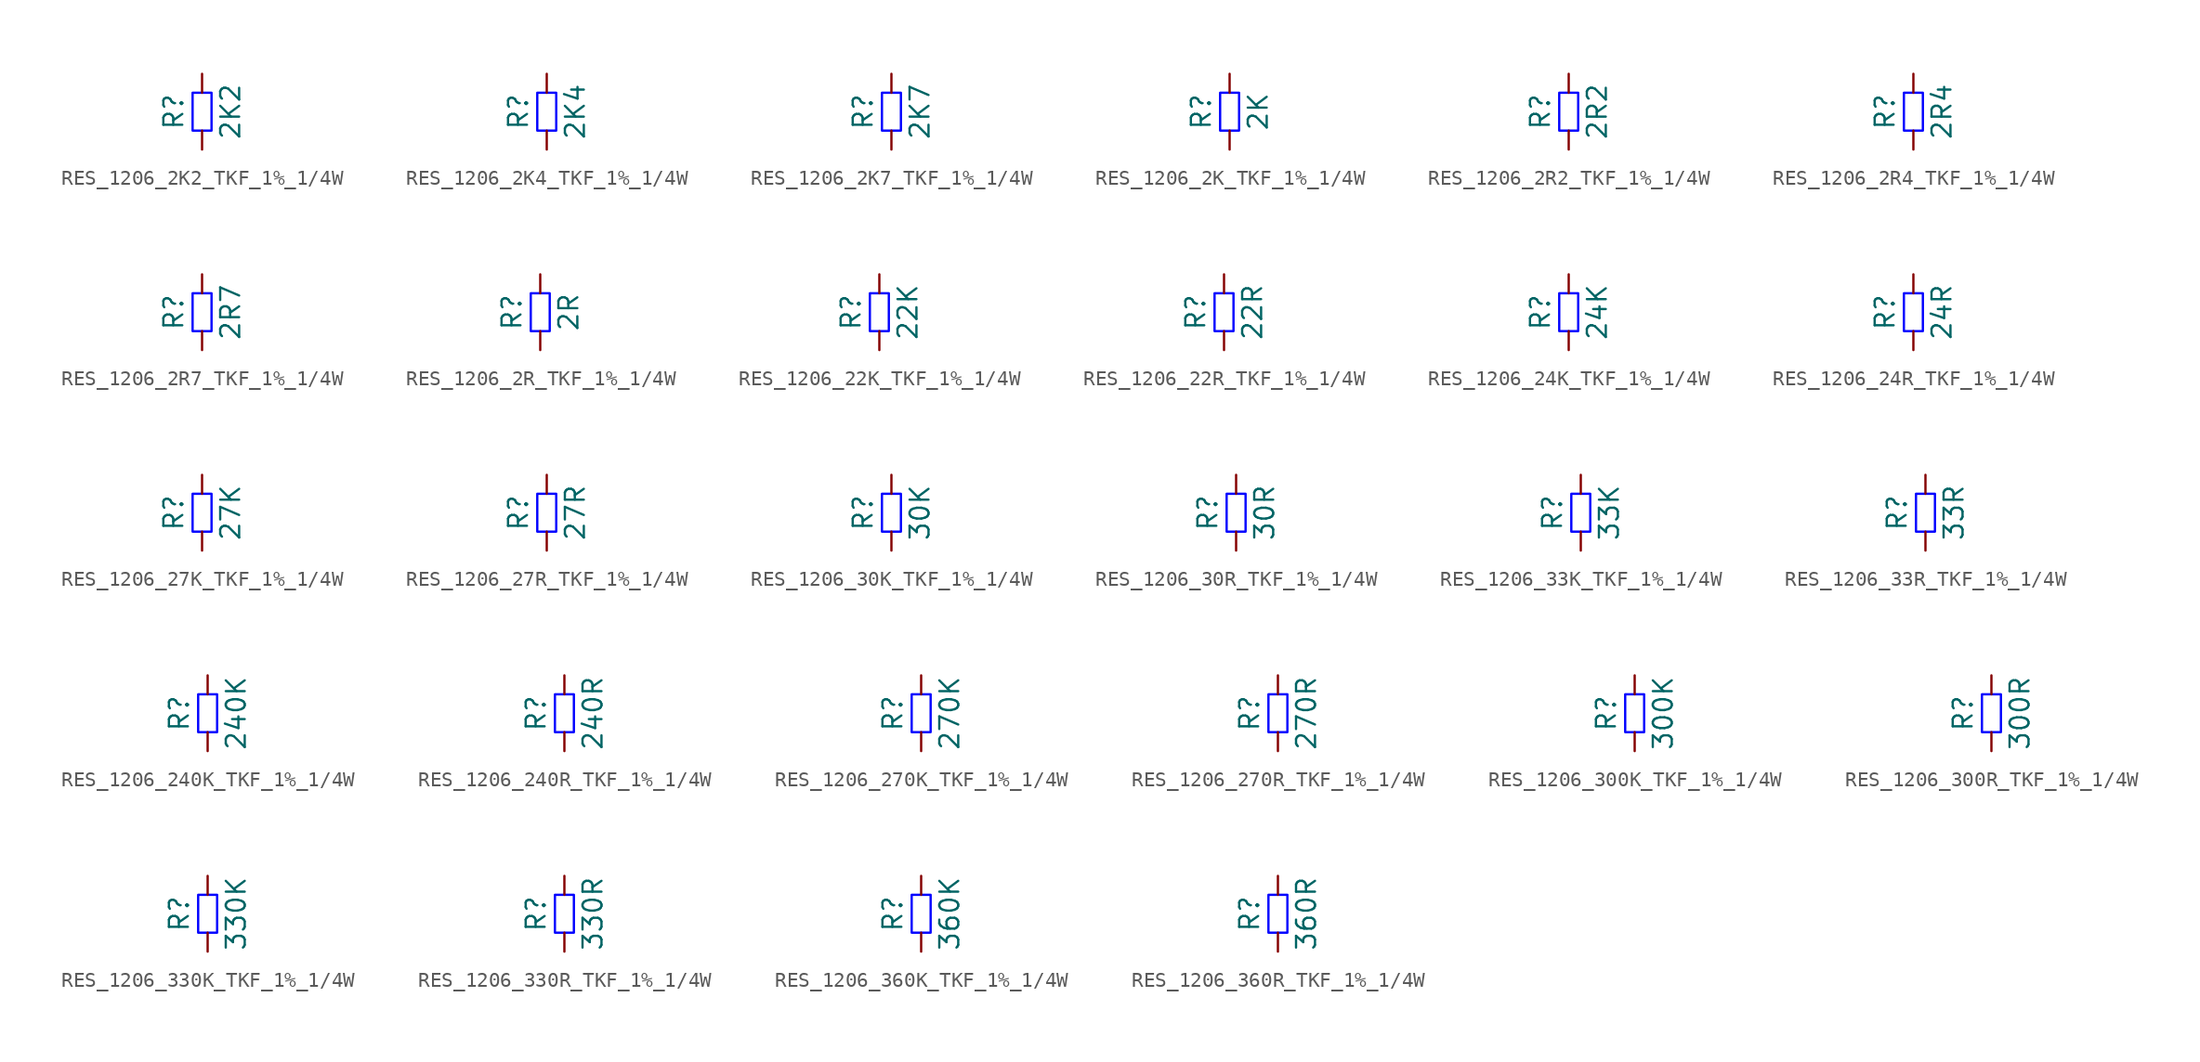
<source format=kicad_sym>
(kicad_symbol_lib
  (version 20220914)
  (generator kicad_symbol_editor)
  (symbol "RES_1206_2K2_TKF_1%_1/4W"
    (pin_numbers hide)
    (pin_names
      (offset 0) hide)
    (property "Reference" "R"
      (at -1.905 0 90)
      (do_not_autoplace)
      (effects (font (size 1.27 1.27))))
    (property "Value" "2K2"
      (at 1.905 0 90)
      (do_not_autoplace)
      (effects (font (size 1.27 1.27))))
    (symbol "RES_1206_2K2_TKF_1%_1/4W_1_1"
      (rectangle (start -0.635 -1.27) (end 0.635 1.27) (stroke (width 0) (type solid) (color 0 0 255 1)) (fill (type none)))
      (pin passive line (at 0 -2.54 90) (length 1.27) (name "~" (effects (font (size 1.27 1.27)))) (number "1" (effects (font (size 1.27 1.27)))))
      (pin passive line (at 0 2.54 270) (length 1.27) (name "~" (effects (font (size 1.27 1.27)))) (number "2" (effects (font (size 1.27 1.27)))))))
  (symbol "RES_1206_2K4_TKF_1%_1/4W"
    (pin_numbers hide)
    (pin_names
      (offset 0) hide)
    (property "Reference" "R"
      (at -1.905 0 90)
      (do_not_autoplace)
      (effects (font (size 1.27 1.27))))
    (property "Value" "2K4"
      (at 1.905 0 90)
      (do_not_autoplace)
      (effects (font (size 1.27 1.27))))
    (symbol "RES_1206_2K4_TKF_1%_1/4W_1_1"
      (rectangle (start -0.635 -1.27) (end 0.635 1.27) (stroke (width 0) (type solid) (color 0 0 255 1)) (fill (type none)))
      (pin passive line (at 0 -2.54 90) (length 1.27) (name "~" (effects (font (size 1.27 1.27)))) (number "1" (effects (font (size 1.27 1.27)))))
      (pin passive line (at 0 2.54 270) (length 1.27) (name "~" (effects (font (size 1.27 1.27)))) (number "2" (effects (font (size 1.27 1.27)))))))
  (symbol "RES_1206_2K7_TKF_1%_1/4W"
    (pin_numbers hide)
    (pin_names
      (offset 0) hide)
    (property "Reference" "R"
      (at -1.905 0 90)
      (do_not_autoplace)
      (effects (font (size 1.27 1.27))))
    (property "Value" "2K7"
      (at 1.905 0 90)
      (do_not_autoplace)
      (effects (font (size 1.27 1.27))))
    (symbol "RES_1206_2K7_TKF_1%_1/4W_1_1"
      (rectangle (start -0.635 -1.27) (end 0.635 1.27) (stroke (width 0) (type solid) (color 0 0 255 1)) (fill (type none)))
      (pin passive line (at 0 -2.54 90) (length 1.27) (name "~" (effects (font (size 1.27 1.27)))) (number "1" (effects (font (size 1.27 1.27)))))
      (pin passive line (at 0 2.54 270) (length 1.27) (name "~" (effects (font (size 1.27 1.27)))) (number "2" (effects (font (size 1.27 1.27)))))))
  (symbol "RES_1206_2K_TKF_1%_1/4W"
    (pin_numbers hide)
    (pin_names
      (offset 0) hide)
    (property "Reference" "R"
      (at -1.905 0 90)
      (do_not_autoplace)
      (effects (font (size 1.27 1.27))))
    (property "Value" "2K"
      (at 1.905 0 90)
      (do_not_autoplace)
      (effects (font (size 1.27 1.27))))
    (symbol "RES_1206_2K_TKF_1%_1/4W_1_1"
      (rectangle (start -0.635 -1.27) (end 0.635 1.27) (stroke (width 0) (type solid) (color 0 0 255 1)) (fill (type none)))
      (pin passive line (at 0 -2.54 90) (length 1.27) (name "~" (effects (font (size 1.27 1.27)))) (number "1" (effects (font (size 1.27 1.27)))))
      (pin passive line (at 0 2.54 270) (length 1.27) (name "~" (effects (font (size 1.27 1.27)))) (number "2" (effects (font (size 1.27 1.27)))))))
  (symbol "RES_1206_2R2_TKF_1%_1/4W"
    (pin_numbers hide)
    (pin_names
      (offset 0) hide)
    (property "Reference" "R"
      (at -1.905 0 90)
      (do_not_autoplace)
      (effects (font (size 1.27 1.27))))
    (property "Value" "2R2"
      (at 1.905 0 90)
      (do_not_autoplace)
      (effects (font (size 1.27 1.27))))
    (symbol "RES_1206_2R2_TKF_1%_1/4W_1_1"
      (rectangle (start -0.635 -1.27) (end 0.635 1.27) (stroke (width 0) (type solid) (color 0 0 255 1)) (fill (type none)))
      (pin passive line (at 0 -2.54 90) (length 1.27) (name "~" (effects (font (size 1.27 1.27)))) (number "1" (effects (font (size 1.27 1.27)))))
      (pin passive line (at 0 2.54 270) (length 1.27) (name "~" (effects (font (size 1.27 1.27)))) (number "2" (effects (font (size 1.27 1.27)))))))
  (symbol "RES_1206_2R4_TKF_1%_1/4W"
    (pin_numbers hide)
    (pin_names
      (offset 0) hide)
    (property "Reference" "R"
      (at -1.905 0 90)
      (do_not_autoplace)
      (effects (font (size 1.27 1.27))))
    (property "Value" "2R4"
      (at 1.905 0 90)
      (do_not_autoplace)
      (effects (font (size 1.27 1.27))))
    (symbol "RES_1206_2R4_TKF_1%_1/4W_1_1"
      (rectangle (start -0.635 -1.27) (end 0.635 1.27) (stroke (width 0) (type solid) (color 0 0 255 1)) (fill (type none)))
      (pin passive line (at 0 -2.54 90) (length 1.27) (name "~" (effects (font (size 1.27 1.27)))) (number "1" (effects (font (size 1.27 1.27)))))
      (pin passive line (at 0 2.54 270) (length 1.27) (name "~" (effects (font (size 1.27 1.27)))) (number "2" (effects (font (size 1.27 1.27)))))))
  (symbol "RES_1206_2R7_TKF_1%_1/4W"
    (pin_numbers hide)
    (pin_names
      (offset 0) hide)
    (property "Reference" "R"
      (at -1.905 0 90)
      (do_not_autoplace)
      (effects (font (size 1.27 1.27))))
    (property "Value" "2R7"
      (at 1.905 0 90)
      (do_not_autoplace)
      (effects (font (size 1.27 1.27))))
    (symbol "RES_1206_2R7_TKF_1%_1/4W_1_1"
      (rectangle (start -0.635 -1.27) (end 0.635 1.27) (stroke (width 0) (type solid) (color 0 0 255 1)) (fill (type none)))
      (pin passive line (at 0 -2.54 90) (length 1.27) (name "~" (effects (font (size 1.27 1.27)))) (number "1" (effects (font (size 1.27 1.27)))))
      (pin passive line (at 0 2.54 270) (length 1.27) (name "~" (effects (font (size 1.27 1.27)))) (number "2" (effects (font (size 1.27 1.27)))))))
  (symbol "RES_1206_2R_TKF_1%_1/4W"
    (pin_numbers hide)
    (pin_names
      (offset 0) hide)
    (property "Reference" "R"
      (at -1.905 0 90)
      (do_not_autoplace)
      (effects (font (size 1.27 1.27))))
    (property "Value" "2R"
      (at 1.905 0 90)
      (do_not_autoplace)
      (effects (font (size 1.27 1.27))))
    (symbol "RES_1206_2R_TKF_1%_1/4W_1_1"
      (rectangle (start -0.635 -1.27) (end 0.635 1.27) (stroke (width 0) (type solid) (color 0 0 255 1)) (fill (type none)))
      (pin passive line (at 0 -2.54 90) (length 1.27) (name "~" (effects (font (size 1.27 1.27)))) (number "1" (effects (font (size 1.27 1.27)))))
      (pin passive line (at 0 2.54 270) (length 1.27) (name "~" (effects (font (size 1.27 1.27)))) (number "2" (effects (font (size 1.27 1.27)))))))
  (symbol "RES_1206_22K_TKF_1%_1/4W"
    (pin_numbers hide)
    (pin_names
      (offset 0) hide)
    (property "Reference" "R"
      (at -1.905 0 90)
      (do_not_autoplace)
      (effects (font (size 1.27 1.27))))
    (property "Value" "22K"
      (at 1.905 0 90)
      (do_not_autoplace)
      (effects (font (size 1.27 1.27))))
    (symbol "RES_1206_22K_TKF_1%_1/4W_1_1"
      (rectangle (start -0.635 -1.27) (end 0.635 1.27) (stroke (width 0) (type solid) (color 0 0 255 1)) (fill (type none)))
      (pin passive line (at 0 -2.54 90) (length 1.27) (name "~" (effects (font (size 1.27 1.27)))) (number "1" (effects (font (size 1.27 1.27)))))
      (pin passive line (at 0 2.54 270) (length 1.27) (name "~" (effects (font (size 1.27 1.27)))) (number "2" (effects (font (size 1.27 1.27)))))))
  (symbol "RES_1206_22R_TKF_1%_1/4W"
    (pin_numbers hide)
    (pin_names
      (offset 0) hide)
    (property "Reference" "R"
      (at -1.905 0 90)
      (do_not_autoplace)
      (effects (font (size 1.27 1.27))))
    (property "Value" "22R"
      (at 1.905 0 90)
      (do_not_autoplace)
      (effects (font (size 1.27 1.27))))
    (symbol "RES_1206_22R_TKF_1%_1/4W_1_1"
      (rectangle (start -0.635 -1.27) (end 0.635 1.27) (stroke (width 0) (type solid) (color 0 0 255 1)) (fill (type none)))
      (pin passive line (at 0 -2.54 90) (length 1.27) (name "~" (effects (font (size 1.27 1.27)))) (number "1" (effects (font (size 1.27 1.27)))))
      (pin passive line (at 0 2.54 270) (length 1.27) (name "~" (effects (font (size 1.27 1.27)))) (number "2" (effects (font (size 1.27 1.27)))))))
  (symbol "RES_1206_24K_TKF_1%_1/4W"
    (pin_numbers hide)
    (pin_names
      (offset 0) hide)
    (property "Reference" "R"
      (at -1.905 0 90)
      (do_not_autoplace)
      (effects (font (size 1.27 1.27))))
    (property "Value" "24K"
      (at 1.905 0 90)
      (do_not_autoplace)
      (effects (font (size 1.27 1.27))))
    (symbol "RES_1206_24K_TKF_1%_1/4W_1_1"
      (rectangle (start -0.635 -1.27) (end 0.635 1.27) (stroke (width 0) (type solid) (color 0 0 255 1)) (fill (type none)))
      (pin passive line (at 0 -2.54 90) (length 1.27) (name "~" (effects (font (size 1.27 1.27)))) (number "1" (effects (font (size 1.27 1.27)))))
      (pin passive line (at 0 2.54 270) (length 1.27) (name "~" (effects (font (size 1.27 1.27)))) (number "2" (effects (font (size 1.27 1.27)))))))
  (symbol "RES_1206_24R_TKF_1%_1/4W"
    (pin_numbers hide)
    (pin_names
      (offset 0) hide)
    (property "Reference" "R"
      (at -1.905 0 90)
      (do_not_autoplace)
      (effects (font (size 1.27 1.27))))
    (property "Value" "24R"
      (at 1.905 0 90)
      (do_not_autoplace)
      (effects (font (size 1.27 1.27))))
    (symbol "RES_1206_24R_TKF_1%_1/4W_1_1"
      (rectangle (start -0.635 -1.27) (end 0.635 1.27) (stroke (width 0) (type solid) (color 0 0 255 1)) (fill (type none)))
      (pin passive line (at 0 -2.54 90) (length 1.27) (name "~" (effects (font (size 1.27 1.27)))) (number "1" (effects (font (size 1.27 1.27)))))
      (pin passive line (at 0 2.54 270) (length 1.27) (name "~" (effects (font (size 1.27 1.27)))) (number "2" (effects (font (size 1.27 1.27)))))))
  (symbol "RES_1206_27K_TKF_1%_1/4W"
    (pin_numbers hide)
    (pin_names
      (offset 0) hide)
    (property "Reference" "R"
      (at -1.905 0 90)
      (do_not_autoplace)
      (effects (font (size 1.27 1.27))))
    (property "Value" "27K"
      (at 1.905 0 90)
      (do_not_autoplace)
      (effects (font (size 1.27 1.27))))
    (symbol "RES_1206_27K_TKF_1%_1/4W_1_1"
      (rectangle (start -0.635 -1.27) (end 0.635 1.27) (stroke (width 0) (type solid) (color 0 0 255 1)) (fill (type none)))
      (pin passive line (at 0 -2.54 90) (length 1.27) (name "~" (effects (font (size 1.27 1.27)))) (number "1" (effects (font (size 1.27 1.27)))))
      (pin passive line (at 0 2.54 270) (length 1.27) (name "~" (effects (font (size 1.27 1.27)))) (number "2" (effects (font (size 1.27 1.27)))))))
  (symbol "RES_1206_27R_TKF_1%_1/4W"
    (pin_numbers hide)
    (pin_names
      (offset 0) hide)
    (property "Reference" "R"
      (at -1.905 0 90)
      (do_not_autoplace)
      (effects (font (size 1.27 1.27))))
    (property "Value" "27R"
      (at 1.905 0 90)
      (do_not_autoplace)
      (effects (font (size 1.27 1.27))))
    (symbol "RES_1206_27R_TKF_1%_1/4W_1_1"
      (rectangle (start -0.635 -1.27) (end 0.635 1.27) (stroke (width 0) (type solid) (color 0 0 255 1)) (fill (type none)))
      (pin passive line (at 0 -2.54 90) (length 1.27) (name "~" (effects (font (size 1.27 1.27)))) (number "1" (effects (font (size 1.27 1.27)))))
      (pin passive line (at 0 2.54 270) (length 1.27) (name "~" (effects (font (size 1.27 1.27)))) (number "2" (effects (font (size 1.27 1.27)))))))
  (symbol "RES_1206_30K_TKF_1%_1/4W"
    (pin_numbers hide)
    (pin_names
      (offset 0) hide)
    (property "Reference" "R"
      (at -1.905 0 90)
      (do_not_autoplace)
      (effects (font (size 1.27 1.27))))
    (property "Value" "30K"
      (at 1.905 0 90)
      (do_not_autoplace)
      (effects (font (size 1.27 1.27))))
    (symbol "RES_1206_30K_TKF_1%_1/4W_1_1"
      (rectangle (start -0.635 -1.27) (end 0.635 1.27) (stroke (width 0) (type solid) (color 0 0 255 1)) (fill (type none)))
      (pin passive line (at 0 -2.54 90) (length 1.27) (name "~" (effects (font (size 1.27 1.27)))) (number "1" (effects (font (size 1.27 1.27)))))
      (pin passive line (at 0 2.54 270) (length 1.27) (name "~" (effects (font (size 1.27 1.27)))) (number "2" (effects (font (size 1.27 1.27)))))))
  (symbol "RES_1206_30R_TKF_1%_1/4W"
    (pin_numbers hide)
    (pin_names
      (offset 0) hide)
    (property "Reference" "R"
      (at -1.905 0 90)
      (do_not_autoplace)
      (effects (font (size 1.27 1.27))))
    (property "Value" "30R"
      (at 1.905 0 90)
      (do_not_autoplace)
      (effects (font (size 1.27 1.27))))
    (symbol "RES_1206_30R_TKF_1%_1/4W_1_1"
      (rectangle (start -0.635 -1.27) (end 0.635 1.27) (stroke (width 0) (type solid) (color 0 0 255 1)) (fill (type none)))
      (pin passive line (at 0 -2.54 90) (length 1.27) (name "~" (effects (font (size 1.27 1.27)))) (number "1" (effects (font (size 1.27 1.27)))))
      (pin passive line (at 0 2.54 270) (length 1.27) (name "~" (effects (font (size 1.27 1.27)))) (number "2" (effects (font (size 1.27 1.27)))))))
  (symbol "RES_1206_33K_TKF_1%_1/4W"
    (pin_numbers hide)
    (pin_names
      (offset 0) hide)
    (property "Reference" "R"
      (at -1.905 0 90)
      (do_not_autoplace)
      (effects (font (size 1.27 1.27))))
    (property "Value" "33K"
      (at 1.905 0 90)
      (do_not_autoplace)
      (effects (font (size 1.27 1.27))))
    (symbol "RES_1206_33K_TKF_1%_1/4W_1_1"
      (rectangle (start -0.635 -1.27) (end 0.635 1.27) (stroke (width 0) (type solid) (color 0 0 255 1)) (fill (type none)))
      (pin passive line (at 0 -2.54 90) (length 1.27) (name "~" (effects (font (size 1.27 1.27)))) (number "1" (effects (font (size 1.27 1.27)))))
      (pin passive line (at 0 2.54 270) (length 1.27) (name "~" (effects (font (size 1.27 1.27)))) (number "2" (effects (font (size 1.27 1.27)))))))
  (symbol "RES_1206_33R_TKF_1%_1/4W"
    (pin_numbers hide)
    (pin_names
      (offset 0) hide)
    (property "Reference" "R"
      (at -1.905 0 90)
      (do_not_autoplace)
      (effects (font (size 1.27 1.27))))
    (property "Value" "33R"
      (at 1.905 0 90)
      (do_not_autoplace)
      (effects (font (size 1.27 1.27))))
    (symbol "RES_1206_33R_TKF_1%_1/4W_1_1"
      (rectangle (start -0.635 -1.27) (end 0.635 1.27) (stroke (width 0) (type solid) (color 0 0 255 1)) (fill (type none)))
      (pin passive line (at 0 -2.54 90) (length 1.27) (name "~" (effects (font (size 1.27 1.27)))) (number "1" (effects (font (size 1.27 1.27)))))
      (pin passive line (at 0 2.54 270) (length 1.27) (name "~" (effects (font (size 1.27 1.27)))) (number "2" (effects (font (size 1.27 1.27)))))))
  (symbol "RES_1206_240K_TKF_1%_1/4W"
    (pin_numbers hide)
    (pin_names
      (offset 0) hide)
    (property "Reference" "R"
      (at -1.905 0 90)
      (do_not_autoplace)
      (effects (font (size 1.27 1.27))))
    (property "Value" "240K"
      (at 1.905 0 90)
      (do_not_autoplace)
      (effects (font (size 1.27 1.27))))
    (symbol "RES_1206_240K_TKF_1%_1/4W_1_1"
      (rectangle (start -0.635 -1.27) (end 0.635 1.27) (stroke (width 0) (type solid) (color 0 0 255 1)) (fill (type none)))
      (pin passive line (at 0 -2.54 90) (length 1.27) (name "~" (effects (font (size 1.27 1.27)))) (number "1" (effects (font (size 1.27 1.27)))))
      (pin passive line (at 0 2.54 270) (length 1.27) (name "~" (effects (font (size 1.27 1.27)))) (number "2" (effects (font (size 1.27 1.27)))))))
  (symbol "RES_1206_240R_TKF_1%_1/4W"
    (pin_numbers hide)
    (pin_names
      (offset 0) hide)
    (property "Reference" "R"
      (at -1.905 0 90)
      (do_not_autoplace)
      (effects (font (size 1.27 1.27))))
    (property "Value" "240R"
      (at 1.905 0 90)
      (do_not_autoplace)
      (effects (font (size 1.27 1.27))))
    (symbol "RES_1206_240R_TKF_1%_1/4W_1_1"
      (rectangle (start -0.635 -1.27) (end 0.635 1.27) (stroke (width 0) (type solid) (color 0 0 255 1)) (fill (type none)))
      (pin passive line (at 0 -2.54 90) (length 1.27) (name "~" (effects (font (size 1.27 1.27)))) (number "1" (effects (font (size 1.27 1.27)))))
      (pin passive line (at 0 2.54 270) (length 1.27) (name "~" (effects (font (size 1.27 1.27)))) (number "2" (effects (font (size 1.27 1.27)))))))
  (symbol "RES_1206_270K_TKF_1%_1/4W"
    (pin_numbers hide)
    (pin_names
      (offset 0) hide)
    (property "Reference" "R"
      (at -1.905 0 90)
      (do_not_autoplace)
      (effects (font (size 1.27 1.27))))
    (property "Value" "270K"
      (at 1.905 0 90)
      (do_not_autoplace)
      (effects (font (size 1.27 1.27))))
    (symbol "RES_1206_270K_TKF_1%_1/4W_1_1"
      (rectangle (start -0.635 -1.27) (end 0.635 1.27) (stroke (width 0) (type solid) (color 0 0 255 1)) (fill (type none)))
      (pin passive line (at 0 -2.54 90) (length 1.27) (name "~" (effects (font (size 1.27 1.27)))) (number "1" (effects (font (size 1.27 1.27)))))
      (pin passive line (at 0 2.54 270) (length 1.27) (name "~" (effects (font (size 1.27 1.27)))) (number "2" (effects (font (size 1.27 1.27)))))))
  (symbol "RES_1206_270R_TKF_1%_1/4W"
    (pin_numbers hide)
    (pin_names
      (offset 0) hide)
    (property "Reference" "R"
      (at -1.905 0 90)
      (do_not_autoplace)
      (effects (font (size 1.27 1.27))))
    (property "Value" "270R"
      (at 1.905 0 90)
      (do_not_autoplace)
      (effects (font (size 1.27 1.27))))
    (symbol "RES_1206_270R_TKF_1%_1/4W_1_1"
      (rectangle (start -0.635 -1.27) (end 0.635 1.27) (stroke (width 0) (type solid) (color 0 0 255 1)) (fill (type none)))
      (pin passive line (at 0 -2.54 90) (length 1.27) (name "~" (effects (font (size 1.27 1.27)))) (number "1" (effects (font (size 1.27 1.27)))))
      (pin passive line (at 0 2.54 270) (length 1.27) (name "~" (effects (font (size 1.27 1.27)))) (number "2" (effects (font (size 1.27 1.27)))))))
  (symbol "RES_1206_300K_TKF_1%_1/4W"
    (pin_numbers hide)
    (pin_names
      (offset 0) hide)
    (property "Reference" "R"
      (at -1.905 0 90)
      (do_not_autoplace)
      (effects (font (size 1.27 1.27))))
    (property "Value" "300K"
      (at 1.905 0 90)
      (do_not_autoplace)
      (effects (font (size 1.27 1.27))))
    (symbol "RES_1206_300K_TKF_1%_1/4W_1_1"
      (rectangle (start -0.635 -1.27) (end 0.635 1.27) (stroke (width 0) (type solid) (color 0 0 255 1)) (fill (type none)))
      (pin passive line (at 0 -2.54 90) (length 1.27) (name "~" (effects (font (size 1.27 1.27)))) (number "1" (effects (font (size 1.27 1.27)))))
      (pin passive line (at 0 2.54 270) (length 1.27) (name "~" (effects (font (size 1.27 1.27)))) (number "2" (effects (font (size 1.27 1.27)))))))
  (symbol "RES_1206_300R_TKF_1%_1/4W"
    (pin_numbers hide)
    (pin_names
      (offset 0) hide)
    (property "Reference" "R"
      (at -1.905 0 90)
      (do_not_autoplace)
      (effects (font (size 1.27 1.27))))
    (property "Value" "300R"
      (at 1.905 0 90)
      (do_not_autoplace)
      (effects (font (size 1.27 1.27))))
    (symbol "RES_1206_300R_TKF_1%_1/4W_1_1"
      (rectangle (start -0.635 -1.27) (end 0.635 1.27) (stroke (width 0) (type solid) (color 0 0 255 1)) (fill (type none)))
      (pin passive line (at 0 -2.54 90) (length 1.27) (name "~" (effects (font (size 1.27 1.27)))) (number "1" (effects (font (size 1.27 1.27)))))
      (pin passive line (at 0 2.54 270) (length 1.27) (name "~" (effects (font (size 1.27 1.27)))) (number "2" (effects (font (size 1.27 1.27)))))))
  (symbol "RES_1206_330K_TKF_1%_1/4W"
    (pin_numbers hide)
    (pin_names
      (offset 0) hide)
    (property "Reference" "R"
      (at -1.905 0 90)
      (do_not_autoplace)
      (effects (font (size 1.27 1.27))))
    (property "Value" "330K"
      (at 1.905 0 90)
      (do_not_autoplace)
      (effects (font (size 1.27 1.27))))
    (symbol "RES_1206_330K_TKF_1%_1/4W_1_1"
      (rectangle (start -0.635 -1.27) (end 0.635 1.27) (stroke (width 0) (type solid) (color 0 0 255 1)) (fill (type none)))
      (pin passive line (at 0 -2.54 90) (length 1.27) (name "~" (effects (font (size 1.27 1.27)))) (number "1" (effects (font (size 1.27 1.27)))))
      (pin passive line (at 0 2.54 270) (length 1.27) (name "~" (effects (font (size 1.27 1.27)))) (number "2" (effects (font (size 1.27 1.27)))))))
  (symbol "RES_1206_330R_TKF_1%_1/4W"
    (pin_numbers hide)
    (pin_names
      (offset 0) hide)
    (property "Reference" "R"
      (at -1.905 0 90)
      (do_not_autoplace)
      (effects (font (size 1.27 1.27))))
    (property "Value" "330R"
      (at 1.905 0 90)
      (do_not_autoplace)
      (effects (font (size 1.27 1.27))))
    (symbol "RES_1206_330R_TKF_1%_1/4W_1_1"
      (rectangle (start -0.635 -1.27) (end 0.635 1.27) (stroke (width 0) (type solid) (color 0 0 255 1)) (fill (type none)))
      (pin passive line (at 0 -2.54 90) (length 1.27) (name "~" (effects (font (size 1.27 1.27)))) (number "1" (effects (font (size 1.27 1.27)))))
      (pin passive line (at 0 2.54 270) (length 1.27) (name "~" (effects (font (size 1.27 1.27)))) (number "2" (effects (font (size 1.27 1.27)))))))
  (symbol "RES_1206_360K_TKF_1%_1/4W"
    (pin_numbers hide)
    (pin_names
      (offset 0) hide)
    (property "Reference" "R"
      (at -1.905 0 90)
      (do_not_autoplace)
      (effects (font (size 1.27 1.27))))
    (property "Value" "360K"
      (at 1.905 0 90)
      (do_not_autoplace)
      (effects (font (size 1.27 1.27))))
    (symbol "RES_1206_360K_TKF_1%_1/4W_1_1"
      (rectangle (start -0.635 -1.27) (end 0.635 1.27) (stroke (width 0) (type solid) (color 0 0 255 1)) (fill (type none)))
      (pin passive line (at 0 -2.54 90) (length 1.27) (name "~" (effects (font (size 1.27 1.27)))) (number "1" (effects (font (size 1.27 1.27)))))
      (pin passive line (at 0 2.54 270) (length 1.27) (name "~" (effects (font (size 1.27 1.27)))) (number "2" (effects (font (size 1.27 1.27)))))))
  (symbol "RES_1206_360R_TKF_1%_1/4W"
    (pin_numbers hide)
    (pin_names
      (offset 0) hide)
    (property "Reference" "R"
      (at -1.905 0 90)
      (do_not_autoplace)
      (effects (font (size 1.27 1.27))))
    (property "Value" "360R"
      (at 1.905 0 90)
      (do_not_autoplace)
      (effects (font (size 1.27 1.27))))
    (symbol "RES_1206_360R_TKF_1%_1/4W_1_1"
      (rectangle (start -0.635 -1.27) (end 0.635 1.27) (stroke (width 0) (type solid) (color 0 0 255 1)) (fill (type none)))
      (pin passive line (at 0 -2.54 90) (length 1.27) (name "~" (effects (font (size 1.27 1.27)))) (number "1" (effects (font (size 1.27 1.27)))))
      (pin passive line (at 0 2.54 270) (length 1.27) (name "~" (effects (font (size 1.27 1.27)))) (number "2" (effects (font (size 1.27 1.27))))))))
</source>
